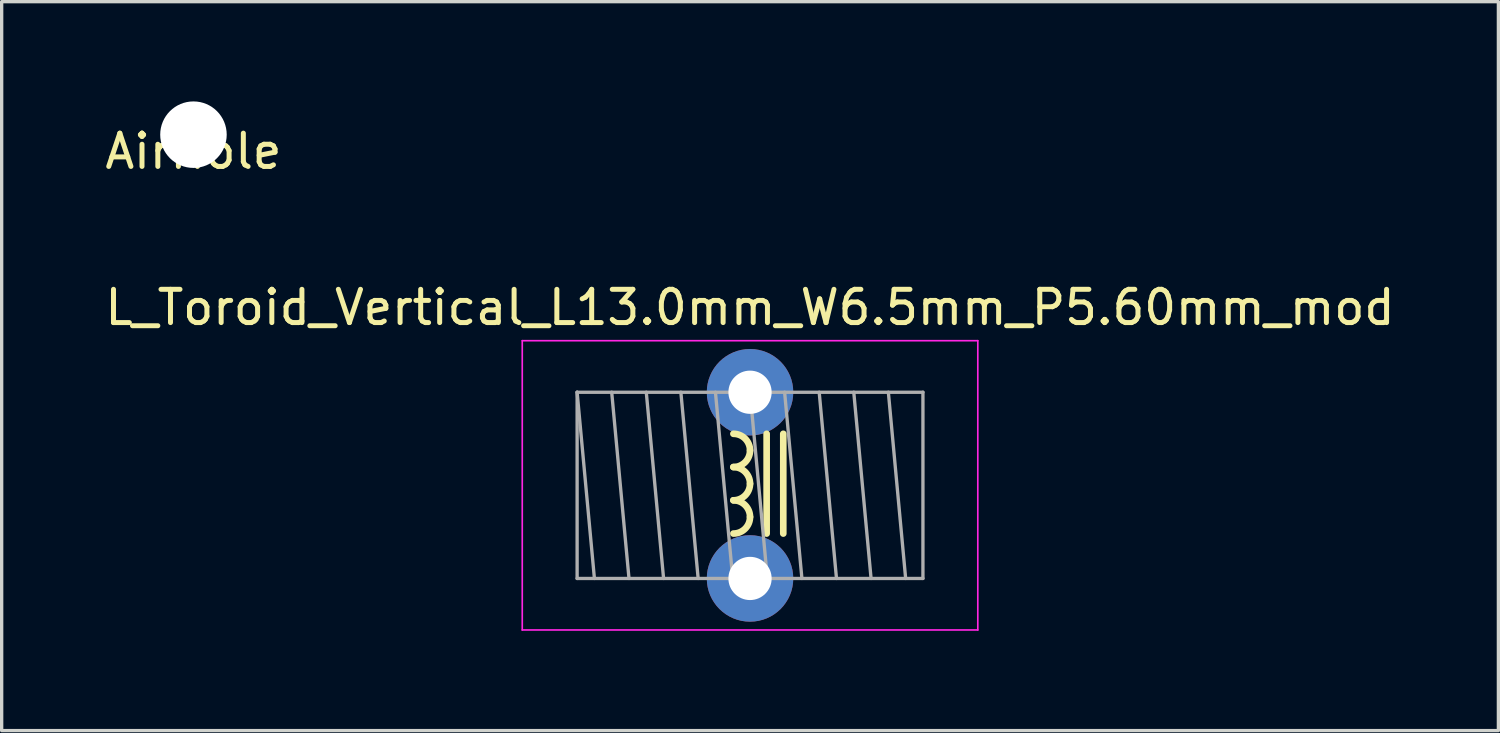
<source format=kicad_pcb>
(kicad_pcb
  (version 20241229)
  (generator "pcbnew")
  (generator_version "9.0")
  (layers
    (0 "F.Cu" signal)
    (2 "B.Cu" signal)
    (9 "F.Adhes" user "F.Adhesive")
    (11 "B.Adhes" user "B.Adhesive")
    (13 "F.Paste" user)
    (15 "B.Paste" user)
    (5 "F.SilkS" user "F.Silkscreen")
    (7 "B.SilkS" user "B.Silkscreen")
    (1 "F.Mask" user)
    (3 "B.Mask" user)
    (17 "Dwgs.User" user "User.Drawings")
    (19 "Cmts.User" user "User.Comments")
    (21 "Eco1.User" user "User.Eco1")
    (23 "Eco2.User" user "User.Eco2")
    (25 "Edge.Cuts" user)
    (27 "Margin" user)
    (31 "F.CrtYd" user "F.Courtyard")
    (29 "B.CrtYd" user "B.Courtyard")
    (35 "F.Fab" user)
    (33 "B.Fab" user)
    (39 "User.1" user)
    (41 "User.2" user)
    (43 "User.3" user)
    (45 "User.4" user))
  (footprint "AirHole"
    (layer "F.Cu")
    (at 2.768 1)
    (property "Reference" "AirHole" (at 0 0.5 0) (layer "F.SilkS") (effects (font (size 1 1) (thickness 0.15))))
    (attr through_hole)
    (pad "" np_thru_hole circle (at 0 0) (size 2 2) (drill 2) (layers "*.Cu" "*.Mask")))
  (footprint "L_Toroid_Vertical_L13.0mm_W6.5mm_P5.60mm_mod"
    (layer "F.Cu")
    (at 19.506 8.746)
    (property "Reference" "L_Toroid_Vertical_L13.0mm_W6.5mm_P5.60mm_mod" (at 0 -2.55 0) (layer "F.SilkS") (effects (font (size 1 1) (thickness 0.15))))
    (attr through_hole)
    (fp_line (start 0.5 1.25) (end 0.5 4.25) (stroke (width 0.2) (type solid)) (layer "F.SilkS"))
    (fp_line (start 1 1.25) (end 1 4.25) (stroke (width 0.2) (type solid)) (layer "F.SilkS"))
    (fp_arc (start -0.5 1.25) (mid -0.146447 1.396447) (end 0 1.75) (stroke (width 0.2) (type solid)) (layer "F.SilkS"))
    (fp_arc (start -0.5 2.25) (mid -0.146447 2.396447) (end 0 2.75) (stroke (width 0.2) (type solid)) (layer "F.SilkS"))
    (fp_arc (start -0.5 3.25) (mid -0.146447 3.396447) (end 0 3.75) (stroke (width 0.2) (type solid)) (layer "F.SilkS"))
    (fp_arc (start 0 1.75) (mid -0.146447 2.103553) (end -0.5 2.25) (stroke (width 0.2) (type solid)) (layer "F.SilkS"))
    (fp_arc (start 0 2.75) (mid -0.146447 3.103553) (end -0.5 3.25) (stroke (width 0.2) (type solid)) (layer "F.SilkS"))
    (fp_arc (start 0 3.75) (mid -0.146447 4.103553) (end -0.5 4.25) (stroke (width 0.2) (type solid)) (layer "F.SilkS"))
    (fp_line (start -6.85 -1.55) (end -6.85 7.15) (stroke (width 0.05) (type solid)) (layer "F.CrtYd"))
    (fp_line (start -6.85 7.15) (end 6.85 7.15) (stroke (width 0.05) (type solid)) (layer "F.CrtYd"))
    (fp_line (start 6.85 -1.55) (end -6.85 -1.55) (stroke (width 0.05) (type solid)) (layer "F.CrtYd"))
    (fp_line (start 6.85 7.15) (end 6.85 -1.55) (stroke (width 0.05) (type solid)) (layer "F.CrtYd"))
    (fp_line (start -5.2 0) (end -5.2 5.6) (stroke (width 0.1) (type solid)) (layer "F.Fab"))
    (fp_line (start -5.2 0) (end -4.68 5.6) (stroke (width 0.1) (type solid)) (layer "F.Fab"))
    (fp_line (start -5.2 5.6) (end 5.2 5.6) (stroke (width 0.1) (type solid)) (layer "F.Fab"))
    (fp_line (start -4.16 0) (end -3.64 5.6) (stroke (width 0.1) (type solid)) (layer "F.Fab"))
    (fp_line (start -3.12 0) (end -2.6 5.6) (stroke (width 0.1) (type solid)) (layer "F.Fab"))
    (fp_line (start -2.08 0) (end -1.56 5.6) (stroke (width 0.1) (type solid)) (layer "F.Fab"))
    (fp_line (start -1.04 0) (end -0.52 5.6) (stroke (width 0.1) (type solid)) (layer "F.Fab"))
    (fp_line (start 0 0) (end 0.52 5.6) (stroke (width 0.1) (type solid)) (layer "F.Fab"))
    (fp_line (start 1.04 0) (end 1.56 5.6) (stroke (width 0.1) (type solid)) (layer "F.Fab"))
    (fp_line (start 2.08 0) (end 2.6 5.6) (stroke (width 0.1) (type solid)) (layer "F.Fab"))
    (fp_line (start 3.12 0) (end 3.64 5.6) (stroke (width 0.1) (type solid)) (layer "F.Fab"))
    (fp_line (start 4.16 0) (end 4.68 5.6) (stroke (width 0.1) (type solid)) (layer "F.Fab"))
    (fp_line (start 5.2 0) (end -5.2 0) (stroke (width 0.1) (type solid)) (layer "F.Fab"))
    (fp_line (start 5.2 5.6) (end 5.2 0) (stroke (width 0.1) (type solid)) (layer "F.Fab"))
    (pad "1" thru_hole circle (at 0 0) (size 2.6 2.6) (drill 1.3) (layers "*.Cu" "*.Mask"))
    (pad "2" thru_hole circle (at 0 5.6) (size 2.6 2.6) (drill 1.3) (layers "*.Cu" "*.Mask")))
  (gr_rect
    (start -3 -3)
    (end 42.012 18.922)
    (stroke (width 0.1) (type default))
    (fill no)
    (layer "Edge.Cuts")))
</source>
